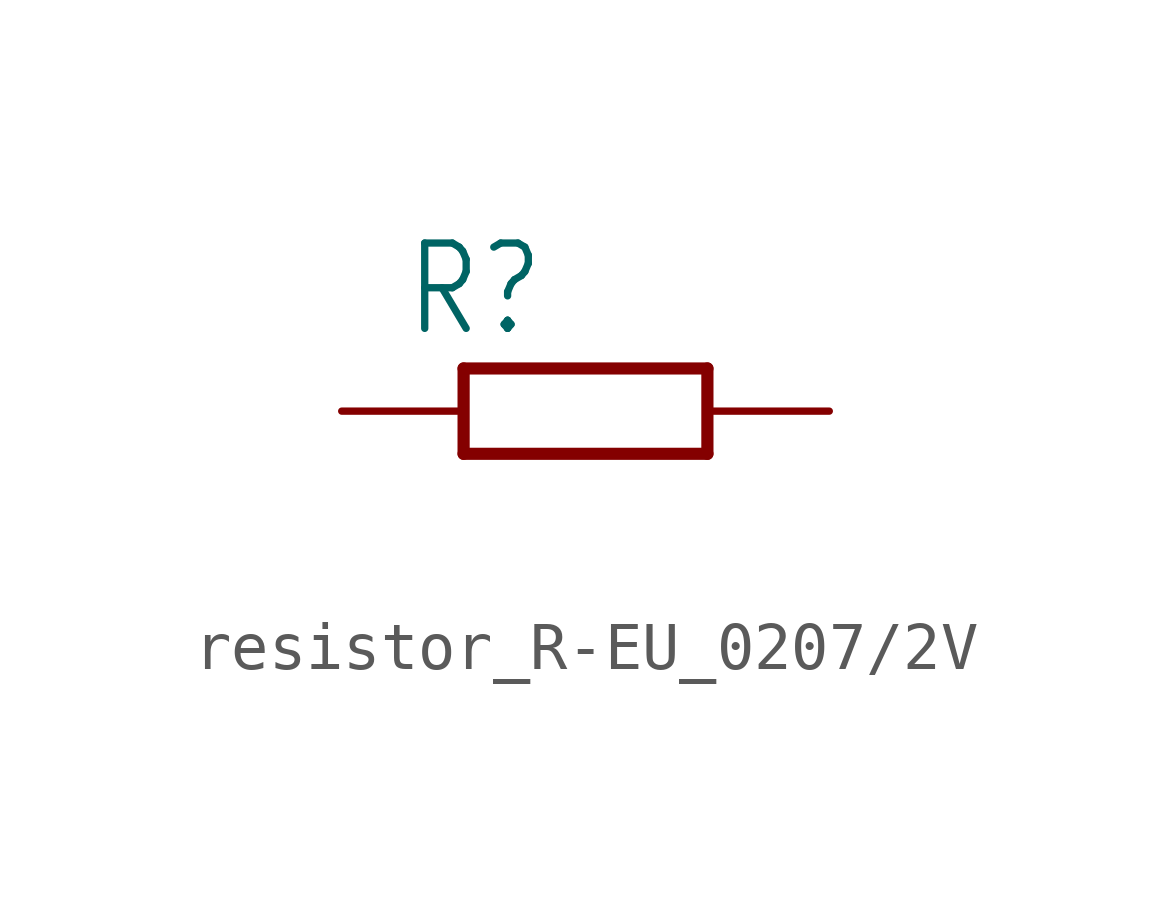
<source format=kicad_sym>
(kicad_symbol_lib
  (version 20220914)
  (generator kicad_symbol_editor)
  (symbol "resistor_R-EU_0207/2V"
    (property "Reference" "R"
      (at -3.81 1.499 0)
      (effects (font (size 1.778 1.511)) (justify left bottom)))
    (property "Value" ""
      (at -3.81 -3.302 0)
      (effects (font (size 1.778 1.511)) (justify left bottom)))
    (property "ki_locked" ""
      (at 0 0 0)
      (effects (font (size 1.27 1.27))))
    (symbol "resistor_R-EU_0207/2V_1_0"
      (polyline (pts (xy -2.54 -0.889) (xy -2.54 0.889)) (stroke (width 0.254) (type solid)) (fill (type none)))
      (polyline (pts (xy -2.54 -0.889) (xy 2.54 -0.889)) (stroke (width 0.254) (type solid)) (fill (type none)))
      (polyline (pts (xy 2.54 -0.889) (xy 2.54 0.889)) (stroke (width 0.254) (type solid)) (fill (type none)))
      (polyline (pts (xy 2.54 0.889) (xy -2.54 0.889)) (stroke (width 0.254) (type solid)) (fill (type none)))
      (pin passive line (at -5.08 0 0) (length 2.54) (name "1" (effects (font (size 0 0)))) (number "1" (effects (font (size 0 0)))))
      (pin passive line (at 5.08 0 180) (length 2.54) (name "2" (effects (font (size 0 0)))) (number "2" (effects (font (size 0 0))))))))
</source>
